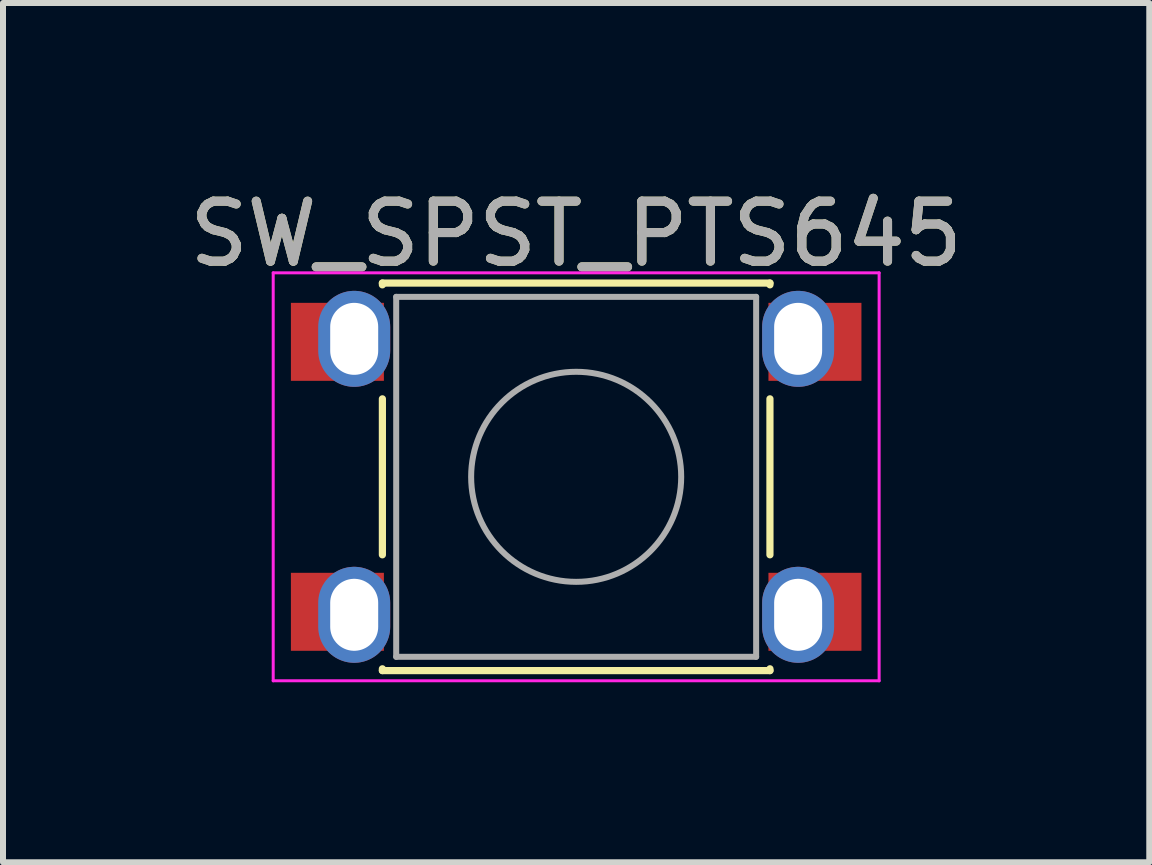
<source format=kicad_pcb>
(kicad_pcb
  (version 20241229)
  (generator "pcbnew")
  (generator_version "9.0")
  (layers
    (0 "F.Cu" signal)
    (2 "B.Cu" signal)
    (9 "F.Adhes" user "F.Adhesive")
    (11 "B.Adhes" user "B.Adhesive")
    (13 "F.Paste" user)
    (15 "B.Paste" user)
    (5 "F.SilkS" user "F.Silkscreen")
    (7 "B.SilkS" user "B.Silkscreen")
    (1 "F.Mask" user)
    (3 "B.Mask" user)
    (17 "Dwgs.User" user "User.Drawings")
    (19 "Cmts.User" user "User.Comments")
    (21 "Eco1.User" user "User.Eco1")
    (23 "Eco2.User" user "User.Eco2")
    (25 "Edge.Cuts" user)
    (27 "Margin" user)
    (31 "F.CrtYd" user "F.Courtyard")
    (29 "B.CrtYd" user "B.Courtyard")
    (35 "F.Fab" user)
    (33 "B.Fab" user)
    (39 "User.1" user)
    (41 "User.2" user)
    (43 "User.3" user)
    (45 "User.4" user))
  (footprint "SW_SPST_PTS645"
    (layer "F.Cu")
    (at 6.554 4.898)
    (property "Reference" "SW_SPST_PTS645" (at 0 -4.05 180) (layer "F.SilkS") (effects (font (size 1 1) (thickness 0.15))))
    (attr smd)
    (fp_line (start -3.23 3.23) (end -3.23 3.2) (stroke (width 0.12) (type solid)) (layer "F.SilkS"))
    (fp_line (start -3.23 3.23) (end 3.23 3.23) (stroke (width 0.12) (type solid)) (layer "F.SilkS"))
    (fp_line (start -3.23 -3.23) (end 3.23 -3.23) (stroke (width 0.12) (type solid)) (layer "F.SilkS"))
    (fp_line (start -3.23 -3.2) (end -3.23 -3.23) (stroke (width 0.12) (type solid)) (layer "F.SilkS"))
    (fp_line (start -3.23 -1.3) (end -3.23 1.3) (stroke (width 0.12) (type solid)) (layer "F.SilkS"))
    (fp_line (start 3.23 -1.3) (end 3.23 1.3) (stroke (width 0.12) (type solid)) (layer "F.SilkS"))
    (fp_line (start 3.23 3.23) (end 3.23 3.2) (stroke (width 0.12) (type solid)) (layer "F.SilkS"))
    (fp_line (start 3.23 -3.23) (end 3.23 -3.2) (stroke (width 0.12) (type solid)) (layer "F.SilkS"))
    (fp_line (start -5.05 -3.4) (end -5.05 3.4) (stroke (width 0.05) (type solid)) (layer "F.CrtYd"))
    (fp_line (start -5.05 -3.4) (end 5.05 -3.4) (stroke (width 0.05) (type solid)) (layer "F.CrtYd"))
    (fp_line (start -5.05 3.4) (end 5.05 3.4) (stroke (width 0.05) (type solid)) (layer "F.CrtYd"))
    (fp_line (start 5.05 3.4) (end 5.05 -3.4) (stroke (width 0.05) (type solid)) (layer "F.CrtYd"))
    (fp_line (start -3 -3) (end -3 3) (stroke (width 0.1) (type solid)) (layer "F.Fab"))
    (fp_line (start -3 3) (end 3 3) (stroke (width 0.1) (type solid)) (layer "F.Fab"))
    (fp_line (start 3 -3) (end -3 -3) (stroke (width 0.1) (type solid)) (layer "F.Fab"))
    (fp_line (start 3 3) (end 3 -3) (stroke (width 0.1) (type solid)) (layer "F.Fab"))
    (fp_circle (center 0 0) (end 1.75 -0.05) (stroke (width 0.1) (type solid)) (fill no) (layer "F.Fab"))
    (fp_text user "${REFERENCE}" (at 0 -4.05 180) (layer "F.Fab") (effects (font (size 1 1) (thickness 0.15))))
    (pad "1" smd rect (at -3.98 -2.25) (size 1.55 1.3) (layers "F.Cu" "F.Mask" "F.Paste"))
    (pad "1" thru_hole oval (at -3.7 -2.3 90) (size 1.6 1.2) (drill oval 1.2 0.8) (layers "*.Cu" "*.Mask"))
    (pad "1" thru_hole oval (at 3.7 -2.3 90) (size 1.6 1.2) (drill oval 1.2 0.8) (layers "*.Cu" "*.Mask"))
    (pad "1" smd rect (at 3.98 -2.25) (size 1.55 1.3) (layers "F.Cu" "F.Mask" "F.Paste"))
    (pad "2" smd rect (at -3.98 2.25) (size 1.55 1.3) (layers "F.Cu" "F.Mask" "F.Paste"))
    (pad "2" thru_hole oval (at -3.7 2.3 90) (size 1.6 1.2) (drill oval 1.2 0.8) (layers "*.Cu" "*.Mask"))
    (pad "2" thru_hole oval (at 3.7 2.3 90) (size 1.6 1.2) (drill oval 1.2 0.8) (layers "*.Cu" "*.Mask"))
    (pad "2" smd rect (at 3.98 2.25) (size 1.55 1.3) (layers "F.Cu" "F.Mask" "F.Paste")))
  (gr_rect
    (start -3 -3)
    (end 16.107 11.323)
    (stroke (width 0.1) (type default))
    (fill no)
    (layer "Edge.Cuts")))
</source>
